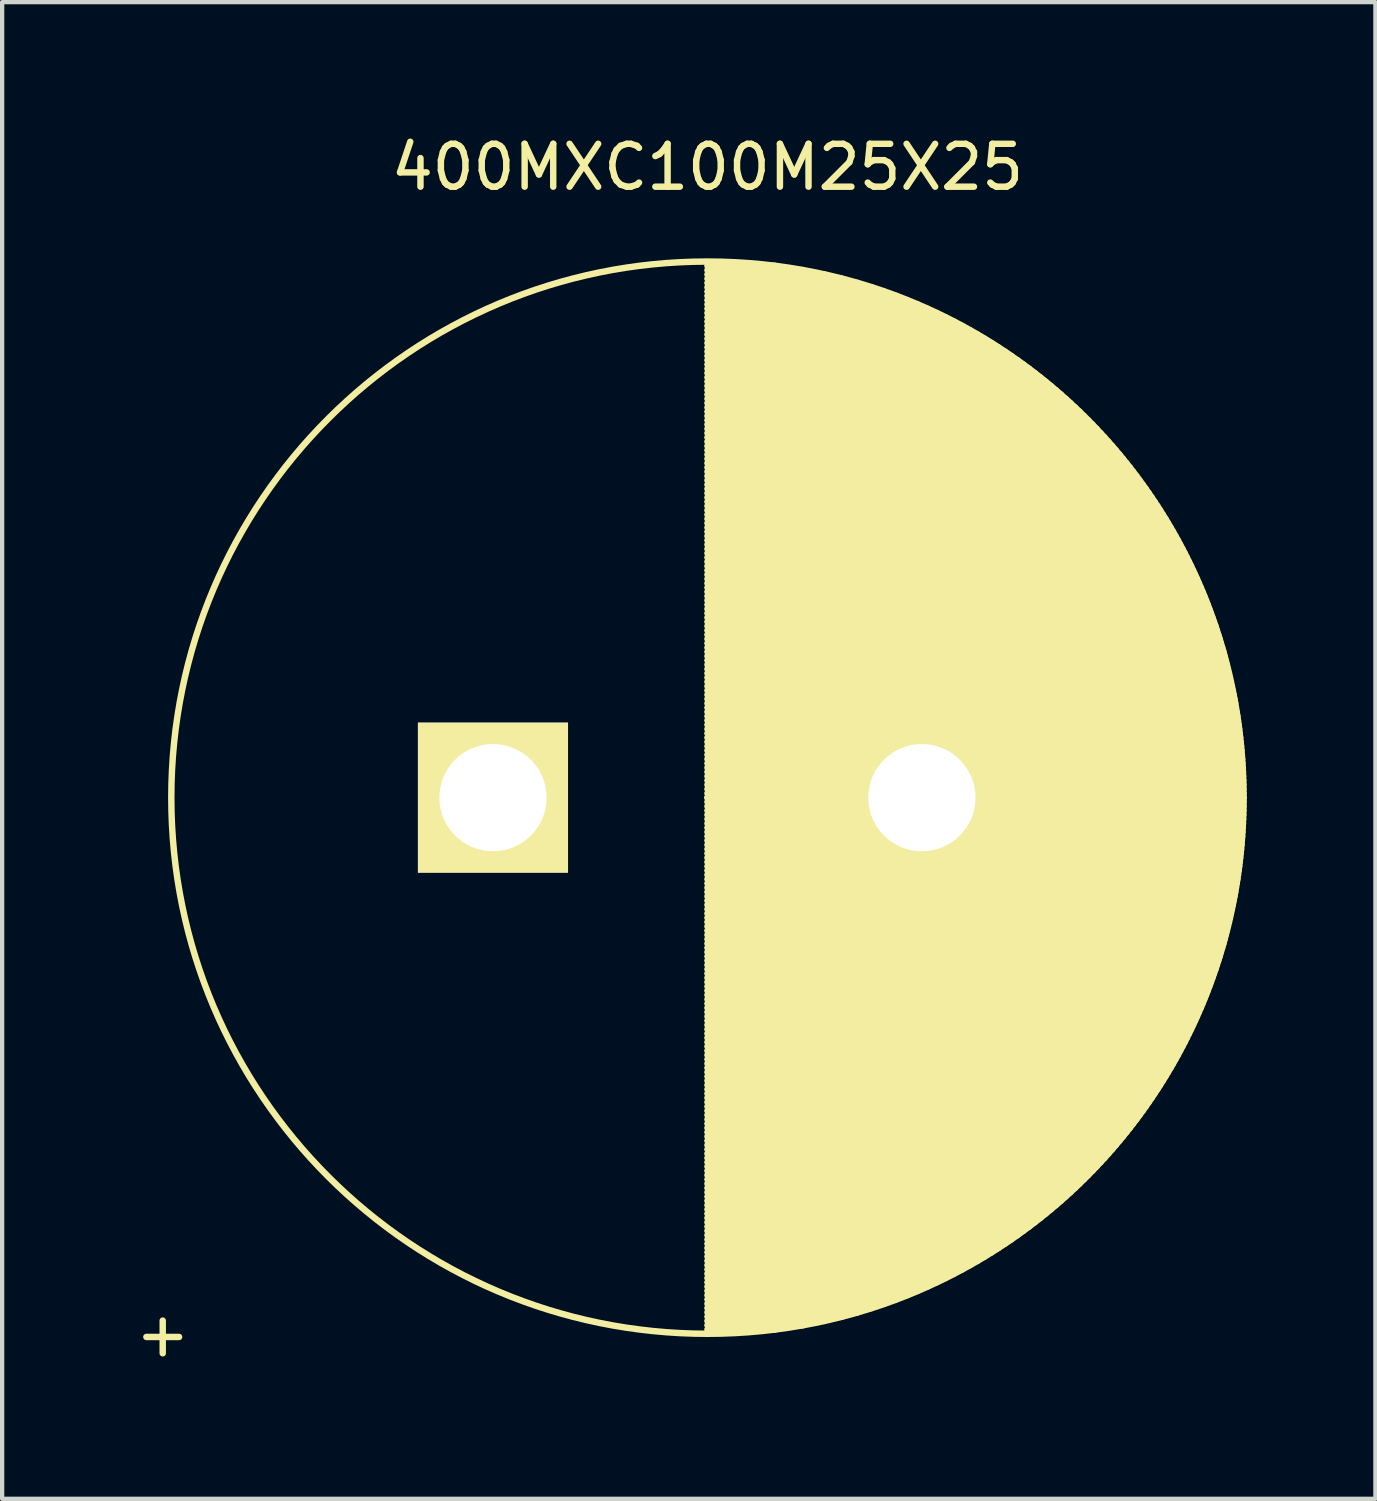
<source format=kicad_pcb>
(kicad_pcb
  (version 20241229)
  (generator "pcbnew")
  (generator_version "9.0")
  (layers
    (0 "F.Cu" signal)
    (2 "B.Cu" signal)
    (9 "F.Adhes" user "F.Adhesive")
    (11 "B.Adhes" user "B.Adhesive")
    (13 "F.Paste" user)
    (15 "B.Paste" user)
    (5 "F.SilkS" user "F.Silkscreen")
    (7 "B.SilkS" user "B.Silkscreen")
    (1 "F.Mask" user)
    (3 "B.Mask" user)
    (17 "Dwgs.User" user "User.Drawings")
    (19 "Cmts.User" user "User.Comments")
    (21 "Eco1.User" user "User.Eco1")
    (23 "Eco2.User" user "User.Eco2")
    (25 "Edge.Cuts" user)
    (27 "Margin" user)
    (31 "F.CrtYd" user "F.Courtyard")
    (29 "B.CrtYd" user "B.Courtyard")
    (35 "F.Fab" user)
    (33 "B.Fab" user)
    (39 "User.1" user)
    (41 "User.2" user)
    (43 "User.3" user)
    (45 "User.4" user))
  (footprint "400MXC100M25X25"
    (layer "F.Cu")
    (at 8.444 15.548)
    (property "Reference" "400MXC100M25X25" (at 5 -14.7 0) (layer "F.SilkS") (effects (font (size 1 1) (thickness 0.15))))
    (attr through_hole)
    (fp_line (start 5 -12.4) (end 6.578 -12.4) (stroke (width 0.15) (type solid)) (layer "F.SilkS"))
    (fp_line (start 5 -12.3) (end 7.227 -12.3) (stroke (width 0.15) (type solid)) (layer "F.SilkS"))
    (fp_line (start 5 -12.2) (end 7.722 -12.2) (stroke (width 0.15) (type solid)) (layer "F.SilkS"))
    (fp_line (start 5 -12.1) (end 8.137 -12.1) (stroke (width 0.15) (type solid)) (layer "F.SilkS"))
    (fp_line (start 5 -12) (end 8.5 -12) (stroke (width 0.15) (type solid)) (layer "F.SilkS"))
    (fp_line (start 5 -11.9) (end 8.826 -11.9) (stroke (width 0.15) (type solid)) (layer "F.SilkS"))
    (fp_line (start 5 -11.8) (end 9.124 -11.8) (stroke (width 0.15) (type solid)) (layer "F.SilkS"))
    (fp_line (start 5 -11.7) (end 9.4 -11.7) (stroke (width 0.15) (type solid)) (layer "F.SilkS"))
    (fp_line (start 5 -11.6) (end 9.657 -11.6) (stroke (width 0.15) (type solid)) (layer "F.SilkS"))
    (fp_line (start 5 -11.5) (end 9.899 -11.5) (stroke (width 0.15) (type solid)) (layer "F.SilkS"))
    (fp_line (start 5 -11.4) (end 10.127 -11.4) (stroke (width 0.15) (type solid)) (layer "F.SilkS"))
    (fp_line (start 5 -11.3) (end 10.344 -11.3) (stroke (width 0.15) (type solid)) (layer "F.SilkS"))
    (fp_line (start 5 -11.2) (end 10.551 -11.2) (stroke (width 0.15) (type solid)) (layer "F.SilkS"))
    (fp_line (start 5 -11.1) (end 10.748 -11.1) (stroke (width 0.15) (type solid)) (layer "F.SilkS"))
    (fp_line (start 5 -11) (end 10.937 -11) (stroke (width 0.15) (type solid)) (layer "F.SilkS"))
    (fp_line (start 5 -10.9) (end 11.119 -10.9) (stroke (width 0.15) (type solid)) (layer "F.SilkS"))
    (fp_line (start 5 -10.8) (end 11.294 -10.8) (stroke (width 0.15) (type solid)) (layer "F.SilkS"))
    (fp_line (start 5 -10.7) (end 11.462 -10.7) (stroke (width 0.15) (type solid)) (layer "F.SilkS"))
    (fp_line (start 5 -10.6) (end 11.625 -10.6) (stroke (width 0.15) (type solid)) (layer "F.SilkS"))
    (fp_line (start 5 -10.5) (end 11.782 -10.5) (stroke (width 0.15) (type solid)) (layer "F.SilkS"))
    (fp_line (start 5 -10.4) (end 11.935 -10.4) (stroke (width 0.15) (type solid)) (layer "F.SilkS"))
    (fp_line (start 5 -10.3) (end 12.082 -10.3) (stroke (width 0.15) (type solid)) (layer "F.SilkS"))
    (fp_line (start 5 -10.2) (end 12.226 -10.2) (stroke (width 0.15) (type solid)) (layer "F.SilkS"))
    (fp_line (start 5 -10.1) (end 12.365 -10.1) (stroke (width 0.15) (type solid)) (layer "F.SilkS"))
    (fp_line (start 5 -10) (end 12.5 -10) (stroke (width 0.15) (type solid)) (layer "F.SilkS"))
    (fp_line (start 5 -9.9) (end 12.632 -9.9) (stroke (width 0.15) (type solid)) (layer "F.SilkS"))
    (fp_line (start 5 -9.8) (end 12.76 -9.8) (stroke (width 0.15) (type solid)) (layer "F.SilkS"))
    (fp_line (start 5 -9.7) (end 12.884 -9.7) (stroke (width 0.15) (type solid)) (layer "F.SilkS"))
    (fp_line (start 5 -9.6) (end 13.006 -9.6) (stroke (width 0.15) (type solid)) (layer "F.SilkS"))
    (fp_line (start 5 -9.5) (end 13.124 -9.5) (stroke (width 0.15) (type solid)) (layer "F.SilkS"))
    (fp_line (start 5 -9.4) (end 13.24 -9.4) (stroke (width 0.15) (type solid)) (layer "F.SilkS"))
    (fp_line (start 5 -9.3) (end 13.352 -9.3) (stroke (width 0.15) (type solid)) (layer "F.SilkS"))
    (fp_line (start 5 -9.2) (end 13.462 -9.2) (stroke (width 0.15) (type solid)) (layer "F.SilkS"))
    (fp_line (start 5 -9.1) (end 13.57 -9.1) (stroke (width 0.15) (type solid)) (layer "F.SilkS"))
    (fp_line (start 5 -9) (end 13.675 -9) (stroke (width 0.15) (type solid)) (layer "F.SilkS"))
    (fp_line (start 5 -8.9) (end 13.777 -8.9) (stroke (width 0.15) (type solid)) (layer "F.SilkS"))
    (fp_line (start 5 -8.8) (end 13.877 -8.8) (stroke (width 0.15) (type solid)) (layer "F.SilkS"))
    (fp_line (start 5 -8.7) (end 13.976 -8.7) (stroke (width 0.15) (type solid)) (layer "F.SilkS"))
    (fp_line (start 5 -8.6) (end 14.071 -8.6) (stroke (width 0.15) (type solid)) (layer "F.SilkS"))
    (fp_line (start 5 -8.5) (end 14.165 -8.5) (stroke (width 0.15) (type solid)) (layer "F.SilkS"))
    (fp_line (start 5 -8.4) (end 14.257 -8.4) (stroke (width 0.15) (type solid)) (layer "F.SilkS"))
    (fp_line (start 5 -8.3) (end 14.347 -8.3) (stroke (width 0.15) (type solid)) (layer "F.SilkS"))
    (fp_line (start 5 -8.2) (end 14.435 -8.2) (stroke (width 0.15) (type solid)) (layer "F.SilkS"))
    (fp_line (start 5 -8.1) (end 14.521 -8.1) (stroke (width 0.15) (type solid)) (layer "F.SilkS"))
    (fp_line (start 5 -8) (end 14.605 -8) (stroke (width 0.15) (type solid)) (layer "F.SilkS"))
    (fp_line (start 5 -7.9) (end 14.687 -7.9) (stroke (width 0.15) (type solid)) (layer "F.SilkS"))
    (fp_line (start 5 -7.8) (end 14.768 -7.8) (stroke (width 0.15) (type solid)) (layer "F.SilkS"))
    (fp_line (start 5 -7.7) (end 14.847 -7.7) (stroke (width 0.15) (type solid)) (layer "F.SilkS"))
    (fp_line (start 5 -7.6) (end 14.924 -7.6) (stroke (width 0.15) (type solid)) (layer "F.SilkS"))
    (fp_line (start 5 -7.5) (end 15 -7.5) (stroke (width 0.15) (type solid)) (layer "F.SilkS"))
    (fp_line (start 5 -7.4) (end 15.074 -7.4) (stroke (width 0.15) (type solid)) (layer "F.SilkS"))
    (fp_line (start 5 -7.3) (end 15.147 -7.3) (stroke (width 0.15) (type solid)) (layer "F.SilkS"))
    (fp_line (start 5 -7.2) (end 15.218 -7.2) (stroke (width 0.15) (type solid)) (layer "F.SilkS"))
    (fp_line (start 5 -7.1) (end 15.288 -7.1) (stroke (width 0.15) (type solid)) (layer "F.SilkS"))
    (fp_line (start 5 -7) (end 15.356 -7) (stroke (width 0.15) (type solid)) (layer "F.SilkS"))
    (fp_line (start 5 -6.9) (end 15.423 -6.9) (stroke (width 0.15) (type solid)) (layer "F.SilkS"))
    (fp_line (start 5 -6.8) (end 15.489 -6.8) (stroke (width 0.15) (type solid)) (layer "F.SilkS"))
    (fp_line (start 5 -6.7) (end 15.553 -6.7) (stroke (width 0.15) (type solid)) (layer "F.SilkS"))
    (fp_line (start 5 -6.6) (end 15.616 -6.6) (stroke (width 0.15) (type solid)) (layer "F.SilkS"))
    (fp_line (start 5 -6.5) (end 15.677 -6.5) (stroke (width 0.15) (type solid)) (layer "F.SilkS"))
    (fp_line (start 5 -6.4) (end 15.737 -6.4) (stroke (width 0.15) (type solid)) (layer "F.SilkS"))
    (fp_line (start 5 -6.3) (end 15.796 -6.3) (stroke (width 0.15) (type solid)) (layer "F.SilkS"))
    (fp_line (start 5 -6.2) (end 15.854 -6.2) (stroke (width 0.15) (type solid)) (layer "F.SilkS"))
    (fp_line (start 5 -6.1) (end 15.911 -6.1) (stroke (width 0.15) (type solid)) (layer "F.SilkS"))
    (fp_line (start 5 -6) (end 15.966 -6) (stroke (width 0.15) (type solid)) (layer "F.SilkS"))
    (fp_line (start 5 -5.9) (end 16.02 -5.9) (stroke (width 0.15) (type solid)) (layer "F.SilkS"))
    (fp_line (start 5 -5.8) (end 16.073 -5.8) (stroke (width 0.15) (type solid)) (layer "F.SilkS"))
    (fp_line (start 5 -5.7) (end 16.125 -5.7) (stroke (width 0.15) (type solid)) (layer "F.SilkS"))
    (fp_line (start 5 -5.6) (end 16.175 -5.6) (stroke (width 0.15) (type solid)) (layer "F.SilkS"))
    (fp_line (start 5 -5.5) (end 16.225 -5.5) (stroke (width 0.15) (type solid)) (layer "F.SilkS"))
    (fp_line (start 5 -5.4) (end 16.273 -5.4) (stroke (width 0.15) (type solid)) (layer "F.SilkS"))
    (fp_line (start 5 -5.3) (end 16.321 -5.3) (stroke (width 0.15) (type solid)) (layer "F.SilkS"))
    (fp_line (start 5 -5.2) (end 16.367 -5.2) (stroke (width 0.15) (type solid)) (layer "F.SilkS"))
    (fp_line (start 5 -5.1) (end 16.412 -5.1) (stroke (width 0.15) (type solid)) (layer "F.SilkS"))
    (fp_line (start 5 -5) (end 16.456 -5) (stroke (width 0.15) (type solid)) (layer "F.SilkS"))
    (fp_line (start 5 -4.9) (end 16.5 -4.9) (stroke (width 0.15) (type solid)) (layer "F.SilkS"))
    (fp_line (start 5 -4.8) (end 16.542 -4.8) (stroke (width 0.15) (type solid)) (layer "F.SilkS"))
    (fp_line (start 5 -4.7) (end 16.583 -4.7) (stroke (width 0.15) (type solid)) (layer "F.SilkS"))
    (fp_line (start 5 -4.6) (end 16.623 -4.6) (stroke (width 0.15) (type solid)) (layer "F.SilkS"))
    (fp_line (start 5 -4.5) (end 16.662 -4.5) (stroke (width 0.15) (type solid)) (layer "F.SilkS"))
    (fp_line (start 5 -4.4) (end 16.7 -4.4) (stroke (width 0.15) (type solid)) (layer "F.SilkS"))
    (fp_line (start 5 -4.3) (end 16.737 -4.3) (stroke (width 0.15) (type solid)) (layer "F.SilkS"))
    (fp_line (start 5 -4.2) (end 16.773 -4.2) (stroke (width 0.15) (type solid)) (layer "F.SilkS"))
    (fp_line (start 5 -4.1) (end 16.808 -4.1) (stroke (width 0.15) (type solid)) (layer "F.SilkS"))
    (fp_line (start 5 -4) (end 16.843 -4) (stroke (width 0.15) (type solid)) (layer "F.SilkS"))
    (fp_line (start 5 -3.9) (end 16.876 -3.9) (stroke (width 0.15) (type solid)) (layer "F.SilkS"))
    (fp_line (start 5 -3.8) (end 16.908 -3.8) (stroke (width 0.15) (type solid)) (layer "F.SilkS"))
    (fp_line (start 5 -3.7) (end 16.94 -3.7) (stroke (width 0.15) (type solid)) (layer "F.SilkS"))
    (fp_line (start 5 -3.6) (end 16.97 -3.6) (stroke (width 0.15) (type solid)) (layer "F.SilkS"))
    (fp_line (start 5 -3.5) (end 17 -3.5) (stroke (width 0.15) (type solid)) (layer "F.SilkS"))
    (fp_line (start 5 -3.4) (end 17.029 -3.4) (stroke (width 0.15) (type solid)) (layer "F.SilkS"))
    (fp_line (start 5 -3.3) (end 17.057 -3.3) (stroke (width 0.15) (type solid)) (layer "F.SilkS"))
    (fp_line (start 5 -3.2) (end 17.083 -3.2) (stroke (width 0.15) (type solid)) (layer "F.SilkS"))
    (fp_line (start 5 -3.1) (end 17.11 -3.1) (stroke (width 0.15) (type solid)) (layer "F.SilkS"))
    (fp_line (start 5 -3) (end 17.135 -3) (stroke (width 0.15) (type solid)) (layer "F.SilkS"))
    (fp_line (start 5 -2.9) (end 17.159 -2.9) (stroke (width 0.15) (type solid)) (layer "F.SilkS"))
    (fp_line (start 5 -2.8) (end 17.182 -2.8) (stroke (width 0.15) (type solid)) (layer "F.SilkS"))
    (fp_line (start 5 -2.7) (end 17.205 -2.7) (stroke (width 0.15) (type solid)) (layer "F.SilkS"))
    (fp_line (start 5 -2.6) (end 17.227 -2.6) (stroke (width 0.15) (type solid)) (layer "F.SilkS"))
    (fp_line (start 5 -2.5) (end 17.247 -2.5) (stroke (width 0.15) (type solid)) (layer "F.SilkS"))
    (fp_line (start 5 -2.4) (end 17.267 -2.4) (stroke (width 0.15) (type solid)) (layer "F.SilkS"))
    (fp_line (start 5 -2.3) (end 17.287 -2.3) (stroke (width 0.15) (type solid)) (layer "F.SilkS"))
    (fp_line (start 5 -2.2) (end 17.305 -2.2) (stroke (width 0.15) (type solid)) (layer "F.SilkS"))
    (fp_line (start 5 -2.1) (end 17.322 -2.1) (stroke (width 0.15) (type solid)) (layer "F.SilkS"))
    (fp_line (start 5 -2) (end 17.339 -2) (stroke (width 0.15) (type solid)) (layer "F.SilkS"))
    (fp_line (start 5 -1.9) (end 17.355 -1.9) (stroke (width 0.15) (type solid)) (layer "F.SilkS"))
    (fp_line (start 5 -1.8) (end 17.37 -1.8) (stroke (width 0.15) (type solid)) (layer "F.SilkS"))
    (fp_line (start 5 -1.7) (end 17.384 -1.7) (stroke (width 0.15) (type solid)) (layer "F.SilkS"))
    (fp_line (start 5 -1.6) (end 17.397 -1.6) (stroke (width 0.15) (type solid)) (layer "F.SilkS"))
    (fp_line (start 5 -1.5) (end 17.41 -1.5) (stroke (width 0.15) (type solid)) (layer "F.SilkS"))
    (fp_line (start 5 -1.4) (end 17.421 -1.4) (stroke (width 0.15) (type solid)) (layer "F.SilkS"))
    (fp_line (start 5 -1.3) (end 17.432 -1.3) (stroke (width 0.15) (type solid)) (layer "F.SilkS"))
    (fp_line (start 5 -1.2) (end 17.442 -1.2) (stroke (width 0.15) (type solid)) (layer "F.SilkS"))
    (fp_line (start 5 -1.1) (end 17.452 -1.1) (stroke (width 0.15) (type solid)) (layer "F.SilkS"))
    (fp_line (start 5 -1) (end 17.46 -1) (stroke (width 0.15) (type solid)) (layer "F.SilkS"))
    (fp_line (start 5 -0.9) (end 17.468 -0.9) (stroke (width 0.15) (type solid)) (layer "F.SilkS"))
    (fp_line (start 5 -0.8) (end 17.474 -0.8) (stroke (width 0.15) (type solid)) (layer "F.SilkS"))
    (fp_line (start 5 -0.7) (end 17.48 -0.7) (stroke (width 0.15) (type solid)) (layer "F.SilkS"))
    (fp_line (start 5 -0.6) (end 17.486 -0.6) (stroke (width 0.15) (type solid)) (layer "F.SilkS"))
    (fp_line (start 5 -0.5) (end 17.49 -0.5) (stroke (width 0.15) (type solid)) (layer "F.SilkS"))
    (fp_line (start 5 -0.4) (end 17.494 -0.4) (stroke (width 0.15) (type solid)) (layer "F.SilkS"))
    (fp_line (start 5 -0.3) (end 17.496 -0.3) (stroke (width 0.15) (type solid)) (layer "F.SilkS"))
    (fp_line (start 5 -0.2) (end 17.498 -0.2) (stroke (width 0.15) (type solid)) (layer "F.SilkS"))
    (fp_line (start 5 -0.1) (end 17.5 -0.1) (stroke (width 0.15) (type solid)) (layer "F.SilkS"))
    (fp_line (start 5 0) (end 17.5 0) (stroke (width 0.15) (type solid)) (layer "F.SilkS"))
    (fp_line (start 5 0) (end 17.5 0) (stroke (width 0.15) (type solid)) (layer "F.SilkS"))
    (fp_line (start 5 0.1) (end 17.5 0.1) (stroke (width 0.15) (type solid)) (layer "F.SilkS"))
    (fp_line (start 5 0.2) (end 17.498 0.2) (stroke (width 0.15) (type solid)) (layer "F.SilkS"))
    (fp_line (start 5 0.3) (end 17.496 0.3) (stroke (width 0.15) (type solid)) (layer "F.SilkS"))
    (fp_line (start 5 0.4) (end 17.494 0.4) (stroke (width 0.15) (type solid)) (layer "F.SilkS"))
    (fp_line (start 5 0.5) (end 17.49 0.5) (stroke (width 0.15) (type solid)) (layer "F.SilkS"))
    (fp_line (start 5 0.6) (end 17.486 0.6) (stroke (width 0.15) (type solid)) (layer "F.SilkS"))
    (fp_line (start 5 0.7) (end 17.48 0.7) (stroke (width 0.15) (type solid)) (layer "F.SilkS"))
    (fp_line (start 5 0.8) (end 17.474 0.8) (stroke (width 0.15) (type solid)) (layer "F.SilkS"))
    (fp_line (start 5 0.9) (end 17.468 0.9) (stroke (width 0.15) (type solid)) (layer "F.SilkS"))
    (fp_line (start 5 1) (end 17.46 1) (stroke (width 0.15) (type solid)) (layer "F.SilkS"))
    (fp_line (start 5 1.1) (end 17.452 1.1) (stroke (width 0.15) (type solid)) (layer "F.SilkS"))
    (fp_line (start 5 1.2) (end 17.442 1.2) (stroke (width 0.15) (type solid)) (layer "F.SilkS"))
    (fp_line (start 5 1.3) (end 17.432 1.3) (stroke (width 0.15) (type solid)) (layer "F.SilkS"))
    (fp_line (start 5 1.4) (end 17.421 1.4) (stroke (width 0.15) (type solid)) (layer "F.SilkS"))
    (fp_line (start 5 1.5) (end 17.41 1.5) (stroke (width 0.15) (type solid)) (layer "F.SilkS"))
    (fp_line (start 5 1.6) (end 17.397 1.6) (stroke (width 0.15) (type solid)) (layer "F.SilkS"))
    (fp_line (start 5 1.7) (end 17.384 1.7) (stroke (width 0.15) (type solid)) (layer "F.SilkS"))
    (fp_line (start 5 1.8) (end 17.37 1.8) (stroke (width 0.15) (type solid)) (layer "F.SilkS"))
    (fp_line (start 5 1.9) (end 17.355 1.9) (stroke (width 0.15) (type solid)) (layer "F.SilkS"))
    (fp_line (start 5 2) (end 17.339 2) (stroke (width 0.15) (type solid)) (layer "F.SilkS"))
    (fp_line (start 5 2.1) (end 17.322 2.1) (stroke (width 0.15) (type solid)) (layer "F.SilkS"))
    (fp_line (start 5 2.2) (end 17.305 2.2) (stroke (width 0.15) (type solid)) (layer "F.SilkS"))
    (fp_line (start 5 2.3) (end 17.287 2.3) (stroke (width 0.15) (type solid)) (layer "F.SilkS"))
    (fp_line (start 5 2.4) (end 17.267 2.4) (stroke (width 0.15) (type solid)) (layer "F.SilkS"))
    (fp_line (start 5 2.5) (end 17.247 2.5) (stroke (width 0.15) (type solid)) (layer "F.SilkS"))
    (fp_line (start 5 2.6) (end 17.227 2.6) (stroke (width 0.15) (type solid)) (layer "F.SilkS"))
    (fp_line (start 5 2.7) (end 17.205 2.7) (stroke (width 0.15) (type solid)) (layer "F.SilkS"))
    (fp_line (start 5 2.8) (end 17.182 2.8) (stroke (width 0.15) (type solid)) (layer "F.SilkS"))
    (fp_line (start 5 2.9) (end 17.159 2.9) (stroke (width 0.15) (type solid)) (layer "F.SilkS"))
    (fp_line (start 5 3) (end 17.135 3) (stroke (width 0.15) (type solid)) (layer "F.SilkS"))
    (fp_line (start 5 3.1) (end 17.11 3.1) (stroke (width 0.15) (type solid)) (layer "F.SilkS"))
    (fp_line (start 5 3.2) (end 17.083 3.2) (stroke (width 0.15) (type solid)) (layer "F.SilkS"))
    (fp_line (start 5 3.3) (end 17.057 3.3) (stroke (width 0.15) (type solid)) (layer "F.SilkS"))
    (fp_line (start 5 3.4) (end 17.029 3.4) (stroke (width 0.15) (type solid)) (layer "F.SilkS"))
    (fp_line (start 5 3.5) (end 17 3.5) (stroke (width 0.15) (type solid)) (layer "F.SilkS"))
    (fp_line (start 5 3.6) (end 16.97 3.6) (stroke (width 0.15) (type solid)) (layer "F.SilkS"))
    (fp_line (start 5 3.7) (end 16.94 3.7) (stroke (width 0.15) (type solid)) (layer "F.SilkS"))
    (fp_line (start 5 3.8) (end 16.908 3.8) (stroke (width 0.15) (type solid)) (layer "F.SilkS"))
    (fp_line (start 5 3.9) (end 16.876 3.9) (stroke (width 0.15) (type solid)) (layer "F.SilkS"))
    (fp_line (start 5 4) (end 16.843 4) (stroke (width 0.15) (type solid)) (layer "F.SilkS"))
    (fp_line (start 5 4.1) (end 16.808 4.1) (stroke (width 0.15) (type solid)) (layer "F.SilkS"))
    (fp_line (start 5 4.2) (end 16.773 4.2) (stroke (width 0.15) (type solid)) (layer "F.SilkS"))
    (fp_line (start 5 4.3) (end 16.737 4.3) (stroke (width 0.15) (type solid)) (layer "F.SilkS"))
    (fp_line (start 5 4.4) (end 16.7 4.4) (stroke (width 0.15) (type solid)) (layer "F.SilkS"))
    (fp_line (start 5 4.5) (end 16.662 4.5) (stroke (width 0.15) (type solid)) (layer "F.SilkS"))
    (fp_line (start 5 4.6) (end 16.623 4.6) (stroke (width 0.15) (type solid)) (layer "F.SilkS"))
    (fp_line (start 5 4.7) (end 16.583 4.7) (stroke (width 0.15) (type solid)) (layer "F.SilkS"))
    (fp_line (start 5 4.8) (end 16.542 4.8) (stroke (width 0.15) (type solid)) (layer "F.SilkS"))
    (fp_line (start 5 4.9) (end 16.5 4.9) (stroke (width 0.15) (type solid)) (layer "F.SilkS"))
    (fp_line (start 5 5) (end 16.456 5) (stroke (width 0.15) (type solid)) (layer "F.SilkS"))
    (fp_line (start 5 5.1) (end 16.412 5.1) (stroke (width 0.15) (type solid)) (layer "F.SilkS"))
    (fp_line (start 5 5.2) (end 16.367 5.2) (stroke (width 0.15) (type solid)) (layer "F.SilkS"))
    (fp_line (start 5 5.3) (end 16.321 5.3) (stroke (width 0.15) (type solid)) (layer "F.SilkS"))
    (fp_line (start 5 5.4) (end 16.273 5.4) (stroke (width 0.15) (type solid)) (layer "F.SilkS"))
    (fp_line (start 5 5.5) (end 16.225 5.5) (stroke (width 0.15) (type solid)) (layer "F.SilkS"))
    (fp_line (start 5 5.6) (end 16.175 5.6) (stroke (width 0.15) (type solid)) (layer "F.SilkS"))
    (fp_line (start 5 5.7) (end 16.125 5.7) (stroke (width 0.15) (type solid)) (layer "F.SilkS"))
    (fp_line (start 5 5.8) (end 16.073 5.8) (stroke (width 0.15) (type solid)) (layer "F.SilkS"))
    (fp_line (start 5 5.9) (end 16.02 5.9) (stroke (width 0.15) (type solid)) (layer "F.SilkS"))
    (fp_line (start 5 6) (end 15.966 6) (stroke (width 0.15) (type solid)) (layer "F.SilkS"))
    (fp_line (start 5 6.1) (end 15.911 6.1) (stroke (width 0.15) (type solid)) (layer "F.SilkS"))
    (fp_line (start 5 6.2) (end 15.854 6.2) (stroke (width 0.15) (type solid)) (layer "F.SilkS"))
    (fp_line (start 5 6.3) (end 15.796 6.3) (stroke (width 0.15) (type solid)) (layer "F.SilkS"))
    (fp_line (start 5 6.4) (end 15.737 6.4) (stroke (width 0.15) (type solid)) (layer "F.SilkS"))
    (fp_line (start 5 6.5) (end 15.677 6.5) (stroke (width 0.15) (type solid)) (layer "F.SilkS"))
    (fp_line (start 5 6.6) (end 15.616 6.6) (stroke (width 0.15) (type solid)) (layer "F.SilkS"))
    (fp_line (start 5 6.7) (end 15.553 6.7) (stroke (width 0.15) (type solid)) (layer "F.SilkS"))
    (fp_line (start 5 6.8) (end 15.489 6.8) (stroke (width 0.15) (type solid)) (layer "F.SilkS"))
    (fp_line (start 5 6.9) (end 15.423 6.9) (stroke (width 0.15) (type solid)) (layer "F.SilkS"))
    (fp_line (start 5 7) (end 15.356 7) (stroke (width 0.15) (type solid)) (layer "F.SilkS"))
    (fp_line (start 5 7.1) (end 15.288 7.1) (stroke (width 0.15) (type solid)) (layer "F.SilkS"))
    (fp_line (start 5 7.2) (end 15.218 7.2) (stroke (width 0.15) (type solid)) (layer "F.SilkS"))
    (fp_line (start 5 7.3) (end 15.147 7.3) (stroke (width 0.15) (type solid)) (layer "F.SilkS"))
    (fp_line (start 5 7.4) (end 15.074 7.4) (stroke (width 0.15) (type solid)) (layer "F.SilkS"))
    (fp_line (start 5 7.5) (end 15 7.5) (stroke (width 0.15) (type solid)) (layer "F.SilkS"))
    (fp_line (start 5 7.6) (end 14.924 7.6) (stroke (width 0.15) (type solid)) (layer "F.SilkS"))
    (fp_line (start 5 7.7) (end 14.847 7.7) (stroke (width 0.15) (type solid)) (layer "F.SilkS"))
    (fp_line (start 5 7.8) (end 14.768 7.8) (stroke (width 0.15) (type solid)) (layer "F.SilkS"))
    (fp_line (start 5 7.9) (end 14.687 7.9) (stroke (width 0.15) (type solid)) (layer "F.SilkS"))
    (fp_line (start 5 8) (end 14.605 8) (stroke (width 0.15) (type solid)) (layer "F.SilkS"))
    (fp_line (start 5 8.1) (end 14.521 8.1) (stroke (width 0.15) (type solid)) (layer "F.SilkS"))
    (fp_line (start 5 8.2) (end 14.435 8.2) (stroke (width 0.15) (type solid)) (layer "F.SilkS"))
    (fp_line (start 5 8.3) (end 14.347 8.3) (stroke (width 0.15) (type solid)) (layer "F.SilkS"))
    (fp_line (start 5 8.4) (end 14.257 8.4) (stroke (width 0.15) (type solid)) (layer "F.SilkS"))
    (fp_line (start 5 8.5) (end 14.165 8.5) (stroke (width 0.15) (type solid)) (layer "F.SilkS"))
    (fp_line (start 5 8.6) (end 14.071 8.6) (stroke (width 0.15) (type solid)) (layer "F.SilkS"))
    (fp_line (start 5 8.7) (end 13.976 8.7) (stroke (width 0.15) (type solid)) (layer "F.SilkS"))
    (fp_line (start 5 8.8) (end 13.877 8.8) (stroke (width 0.15) (type solid)) (layer "F.SilkS"))
    (fp_line (start 5 8.9) (end 13.777 8.9) (stroke (width 0.15) (type solid)) (layer "F.SilkS"))
    (fp_line (start 5 9) (end 13.675 9) (stroke (width 0.15) (type solid)) (layer "F.SilkS"))
    (fp_line (start 5 9.1) (end 13.57 9.1) (stroke (width 0.15) (type solid)) (layer "F.SilkS"))
    (fp_line (start 5 9.2) (end 13.462 9.2) (stroke (width 0.15) (type solid)) (layer "F.SilkS"))
    (fp_line (start 5 9.3) (end 13.352 9.3) (stroke (width 0.15) (type solid)) (layer "F.SilkS"))
    (fp_line (start 5 9.4) (end 13.24 9.4) (stroke (width 0.15) (type solid)) (layer "F.SilkS"))
    (fp_line (start 5 9.5) (end 13.124 9.5) (stroke (width 0.15) (type solid)) (layer "F.SilkS"))
    (fp_line (start 5 9.6) (end 13.006 9.6) (stroke (width 0.15) (type solid)) (layer "F.SilkS"))
    (fp_line (start 5 9.7) (end 12.884 9.7) (stroke (width 0.15) (type solid)) (layer "F.SilkS"))
    (fp_line (start 5 9.8) (end 12.76 9.8) (stroke (width 0.15) (type solid)) (layer "F.SilkS"))
    (fp_line (start 5 9.9) (end 12.632 9.9) (stroke (width 0.15) (type solid)) (layer "F.SilkS"))
    (fp_line (start 5 10) (end 12.5 10) (stroke (width 0.15) (type solid)) (layer "F.SilkS"))
    (fp_line (start 5 10.1) (end 12.365 10.1) (stroke (width 0.15) (type solid)) (layer "F.SilkS"))
    (fp_line (start 5 10.2) (end 12.226 10.2) (stroke (width 0.15) (type solid)) (layer "F.SilkS"))
    (fp_line (start 5 10.3) (end 12.082 10.3) (stroke (width 0.15) (type solid)) (layer "F.SilkS"))
    (fp_line (start 5 10.4) (end 11.935 10.4) (stroke (width 0.15) (type solid)) (layer "F.SilkS"))
    (fp_line (start 5 10.5) (end 11.782 10.5) (stroke (width 0.15) (type solid)) (layer "F.SilkS"))
    (fp_line (start 5 10.6) (end 11.625 10.6) (stroke (width 0.15) (type solid)) (layer "F.SilkS"))
    (fp_line (start 5 10.7) (end 11.462 10.7) (stroke (width 0.15) (type solid)) (layer "F.SilkS"))
    (fp_line (start 5 10.8) (end 11.294 10.8) (stroke (width 0.15) (type solid)) (layer "F.SilkS"))
    (fp_line (start 5 10.9) (end 11.119 10.9) (stroke (width 0.15) (type solid)) (layer "F.SilkS"))
    (fp_line (start 5 11) (end 10.937 11) (stroke (width 0.15) (type solid)) (layer "F.SilkS"))
    (fp_line (start 5 11.1) (end 10.748 11.1) (stroke (width 0.15) (type solid)) (layer "F.SilkS"))
    (fp_line (start 5 11.2) (end 10.551 11.2) (stroke (width 0.15) (type solid)) (layer "F.SilkS"))
    (fp_line (start 5 11.3) (end 10.344 11.3) (stroke (width 0.15) (type solid)) (layer "F.SilkS"))
    (fp_line (start 5 11.4) (end 10.127 11.4) (stroke (width 0.15) (type solid)) (layer "F.SilkS"))
    (fp_line (start 5 11.5) (end 9.899 11.5) (stroke (width 0.15) (type solid)) (layer "F.SilkS"))
    (fp_line (start 5 11.6) (end 9.657 11.6) (stroke (width 0.15) (type solid)) (layer "F.SilkS"))
    (fp_line (start 5 11.7) (end 9.4 11.7) (stroke (width 0.15) (type solid)) (layer "F.SilkS"))
    (fp_line (start 5 11.8) (end 9.124 11.8) (stroke (width 0.15) (type solid)) (layer "F.SilkS"))
    (fp_line (start 5 11.9) (end 8.826 11.9) (stroke (width 0.15) (type solid)) (layer "F.SilkS"))
    (fp_line (start 5 12) (end 8.5 12) (stroke (width 0.15) (type solid)) (layer "F.SilkS"))
    (fp_line (start 5 12.1) (end 8.137 12.1) (stroke (width 0.15) (type solid)) (layer "F.SilkS"))
    (fp_line (start 5 12.2) (end 7.722 12.2) (stroke (width 0.15) (type solid)) (layer "F.SilkS"))
    (fp_line (start 5 12.3) (end 7.227 12.3) (stroke (width 0.15) (type solid)) (layer "F.SilkS"))
    (fp_line (start 5 12.4) (end 6.578 12.4) (stroke (width 0.15) (type solid)) (layer "F.SilkS"))
    (fp_circle (center 5 0) (end 5 -12.5) (stroke (width 0.15) (type solid)) (fill no) (layer "F.SilkS"))
    (fp_text user "+" (at -7.7 12.5 0) (layer "F.SilkS") (effects (font (size 1 1) (thickness 0.15))))
    (pad "1" thru_hole rect (at 0 0) (size 3.5 3.5) (drill 2.5) (layers "*.Cu" "*.Mask" "F.SilkS"))
    (pad "2" thru_hole circle (at 10 0) (size 3.5 3.5) (drill 2.5) (layers "*.Cu" "*.Mask" "F.SilkS")))
  (gr_rect
    (start -3 -3)
    (end 29.019 31.896)
    (stroke (width 0.1) (type default))
    (fill no)
    (layer "Edge.Cuts")))
</source>
